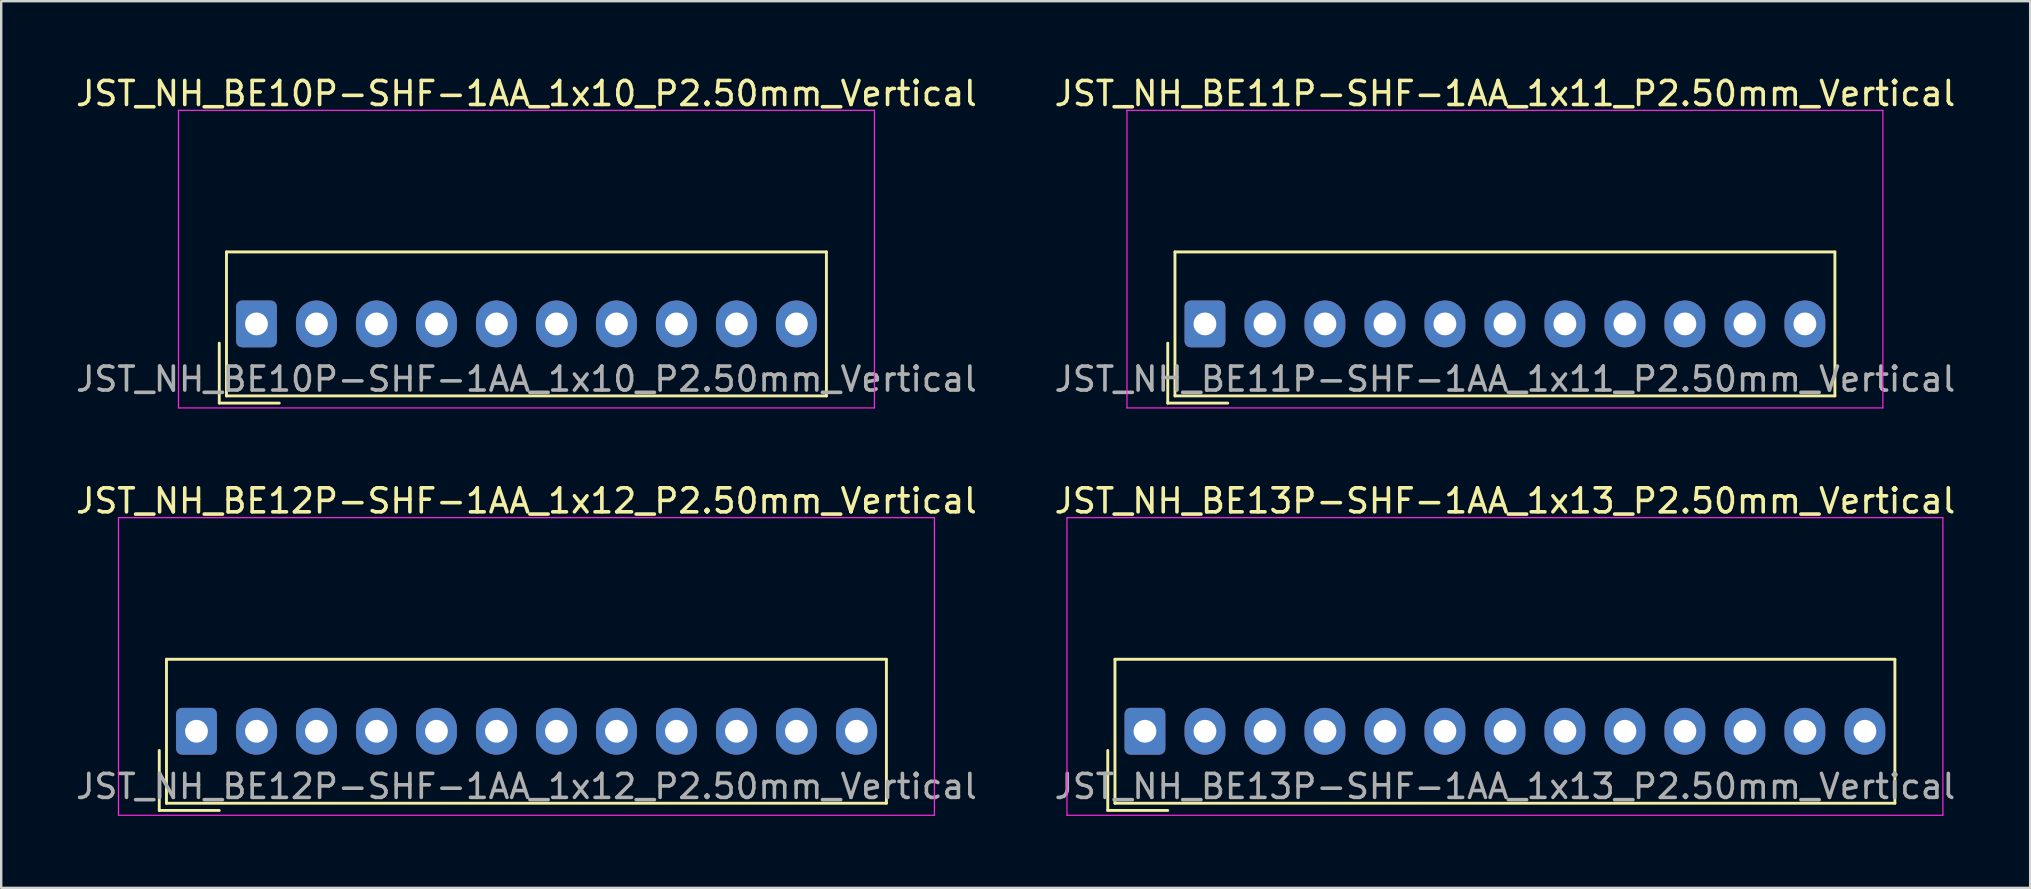
<source format=kicad_pcb>
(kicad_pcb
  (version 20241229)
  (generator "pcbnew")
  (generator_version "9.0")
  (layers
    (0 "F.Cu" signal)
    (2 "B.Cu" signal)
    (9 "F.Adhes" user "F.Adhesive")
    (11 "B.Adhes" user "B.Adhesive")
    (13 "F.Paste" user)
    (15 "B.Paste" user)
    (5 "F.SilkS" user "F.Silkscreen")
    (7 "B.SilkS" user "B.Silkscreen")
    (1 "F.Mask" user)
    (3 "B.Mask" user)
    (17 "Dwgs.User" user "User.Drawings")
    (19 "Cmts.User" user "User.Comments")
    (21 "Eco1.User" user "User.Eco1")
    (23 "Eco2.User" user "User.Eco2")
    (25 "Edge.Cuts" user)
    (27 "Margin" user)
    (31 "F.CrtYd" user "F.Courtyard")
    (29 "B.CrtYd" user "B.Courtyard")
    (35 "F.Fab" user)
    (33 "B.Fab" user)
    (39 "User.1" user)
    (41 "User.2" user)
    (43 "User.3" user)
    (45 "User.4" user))
  (footprint "JST_NH_BE10P-SHF-1AA_1x10_P2.50mm_Vertical"
    (layer "F.Cu")
    (at 7.637 10.448)
    (property "Reference" "JST_NH_BE10P-SHF-1AA_1x10_P2.50mm_Vertical" (at 11.25 -9.6 0) (layer "F.SilkS") (effects (font (size 1 1) (thickness 0.15))))
    (attr through_hole)
    (fp_line (start -1.55 0.8) (end -1.55 3.3) (stroke (width 0.12) (type solid)) (layer "F.SilkS"))
    (fp_line (start -1.55 3.3) (end 0.95 3.3) (stroke (width 0.12) (type solid)) (layer "F.SilkS"))
    (fp_line (start -1.25 -3) (end -1.25 3) (stroke (width 0.12) (type solid)) (layer "F.SilkS"))
    (fp_line (start -1.25 3) (end 23.75 3) (stroke (width 0.12) (type solid)) (layer "F.SilkS"))
    (fp_line (start 23.75 -3) (end -1.25 -3) (stroke (width 0.12) (type solid)) (layer "F.SilkS"))
    (fp_line (start 23.75 3) (end 23.75 -3) (stroke (width 0.12) (type solid)) (layer "F.SilkS"))
    (fp_line (start -3.25 -8.9) (end -3.25 3.5) (stroke (width 0.05) (type solid)) (layer "F.CrtYd"))
    (fp_line (start -3.25 3.5) (end 25.75 3.5) (stroke (width 0.05) (type solid)) (layer "F.CrtYd"))
    (fp_line (start 25.75 -8.9) (end -3.25 -8.9) (stroke (width 0.05) (type solid)) (layer "F.CrtYd"))
    (fp_line (start 25.75 3.5) (end 25.75 -8.9) (stroke (width 0.05) (type solid)) (layer "F.CrtYd"))
    (fp_text user "${REFERENCE}" (at 11.25 2.3 0) (layer "F.Fab") (effects (font (size 1 1) (thickness 0.15))))
    (pad "1" thru_hole roundrect (at 0 0) (size 1.7 1.95) (drill 0.95) (layers "*.Cu" "*.Mask") (roundrect_rratio 0.147))
    (pad "2" thru_hole oval (at 2.5 0) (size 1.7 1.95) (drill 0.95) (layers "*.Cu" "*.Mask"))
    (pad "3" thru_hole oval (at 5 0) (size 1.7 1.95) (drill 0.95) (layers "*.Cu" "*.Mask"))
    (pad "4" thru_hole oval (at 7.5 0) (size 1.7 1.95) (drill 0.95) (layers "*.Cu" "*.Mask"))
    (pad "5" thru_hole oval (at 10 0) (size 1.7 1.95) (drill 0.95) (layers "*.Cu" "*.Mask"))
    (pad "6" thru_hole oval (at 12.5 0) (size 1.7 1.95) (drill 0.95) (layers "*.Cu" "*.Mask"))
    (pad "7" thru_hole oval (at 15 0) (size 1.7 1.95) (drill 0.95) (layers "*.Cu" "*.Mask"))
    (pad "8" thru_hole oval (at 17.5 0) (size 1.7 1.95) (drill 0.95) (layers "*.Cu" "*.Mask"))
    (pad "9" thru_hole oval (at 20 0) (size 1.7 1.95) (drill 0.95) (layers "*.Cu" "*.Mask"))
    (pad "10" thru_hole oval (at 22.5 0) (size 1.7 1.95) (drill 0.95) (layers "*.Cu" "*.Mask")))
  (footprint "JST_NH_BE13P-SHF-1AA_1x13_P2.50mm_Vertical"
    (layer "F.Cu")
    (at 44.661 27.422)
    (property "Reference" "JST_NH_BE13P-SHF-1AA_1x13_P2.50mm_Vertical" (at 15 -9.6 0) (layer "F.SilkS") (effects (font (size 1 1) (thickness 0.15))))
    (attr through_hole)
    (fp_line (start -1.55 0.8) (end -1.55 3.3) (stroke (width 0.12) (type solid)) (layer "F.SilkS"))
    (fp_line (start -1.55 3.3) (end 0.95 3.3) (stroke (width 0.12) (type solid)) (layer "F.SilkS"))
    (fp_line (start -1.25 -3) (end -1.25 3) (stroke (width 0.12) (type solid)) (layer "F.SilkS"))
    (fp_line (start -1.25 3) (end 31.25 3) (stroke (width 0.12) (type solid)) (layer "F.SilkS"))
    (fp_line (start 31.25 -3) (end -1.25 -3) (stroke (width 0.12) (type solid)) (layer "F.SilkS"))
    (fp_line (start 31.25 3) (end 31.25 -3) (stroke (width 0.12) (type solid)) (layer "F.SilkS"))
    (fp_line (start -3.25 -8.9) (end -3.25 3.5) (stroke (width 0.05) (type solid)) (layer "F.CrtYd"))
    (fp_line (start -3.25 3.5) (end 33.25 3.5) (stroke (width 0.05) (type solid)) (layer "F.CrtYd"))
    (fp_line (start 33.25 -8.9) (end -3.25 -8.9) (stroke (width 0.05) (type solid)) (layer "F.CrtYd"))
    (fp_line (start 33.25 3.5) (end 33.25 -8.9) (stroke (width 0.05) (type solid)) (layer "F.CrtYd"))
    (fp_text user "${REFERENCE}" (at 15 2.3 0) (layer "F.Fab") (effects (font (size 1 1) (thickness 0.15))))
    (pad "1" thru_hole roundrect (at 0 0) (size 1.7 1.95) (drill 0.95) (layers "*.Cu" "*.Mask") (roundrect_rratio 0.147))
    (pad "2" thru_hole oval (at 2.5 0) (size 1.7 1.95) (drill 0.95) (layers "*.Cu" "*.Mask"))
    (pad "3" thru_hole oval (at 5 0) (size 1.7 1.95) (drill 0.95) (layers "*.Cu" "*.Mask"))
    (pad "4" thru_hole oval (at 7.5 0) (size 1.7 1.95) (drill 0.95) (layers "*.Cu" "*.Mask"))
    (pad "5" thru_hole oval (at 10 0) (size 1.7 1.95) (drill 0.95) (layers "*.Cu" "*.Mask"))
    (pad "6" thru_hole oval (at 12.5 0) (size 1.7 1.95) (drill 0.95) (layers "*.Cu" "*.Mask"))
    (pad "7" thru_hole oval (at 15 0) (size 1.7 1.95) (drill 0.95) (layers "*.Cu" "*.Mask"))
    (pad "8" thru_hole oval (at 17.5 0) (size 1.7 1.95) (drill 0.95) (layers "*.Cu" "*.Mask"))
    (pad "9" thru_hole oval (at 20 0) (size 1.7 1.95) (drill 0.95) (layers "*.Cu" "*.Mask"))
    (pad "10" thru_hole oval (at 22.5 0) (size 1.7 1.95) (drill 0.95) (layers "*.Cu" "*.Mask"))
    (pad "11" thru_hole oval (at 25 0) (size 1.7 1.95) (drill 0.95) (layers "*.Cu" "*.Mask"))
    (pad "12" thru_hole oval (at 27.5 0) (size 1.7 1.95) (drill 0.95) (layers "*.Cu" "*.Mask"))
    (pad "13" thru_hole oval (at 30 0) (size 1.7 1.95) (drill 0.95) (layers "*.Cu" "*.Mask")))
  (footprint "JST_NH_BE12P-SHF-1AA_1x12_P2.50mm_Vertical"
    (layer "F.Cu")
    (at 5.137 27.422)
    (property "Reference" "JST_NH_BE12P-SHF-1AA_1x12_P2.50mm_Vertical" (at 13.75 -9.6 0) (layer "F.SilkS") (effects (font (size 1 1) (thickness 0.15))))
    (attr through_hole)
    (fp_line (start -1.55 0.8) (end -1.55 3.3) (stroke (width 0.12) (type solid)) (layer "F.SilkS"))
    (fp_line (start -1.55 3.3) (end 0.95 3.3) (stroke (width 0.12) (type solid)) (layer "F.SilkS"))
    (fp_line (start -1.25 -3) (end -1.25 3) (stroke (width 0.12) (type solid)) (layer "F.SilkS"))
    (fp_line (start -1.25 3) (end 28.75 3) (stroke (width 0.12) (type solid)) (layer "F.SilkS"))
    (fp_line (start 28.75 -3) (end -1.25 -3) (stroke (width 0.12) (type solid)) (layer "F.SilkS"))
    (fp_line (start 28.75 3) (end 28.75 -3) (stroke (width 0.12) (type solid)) (layer "F.SilkS"))
    (fp_line (start -3.25 -8.9) (end -3.25 3.5) (stroke (width 0.05) (type solid)) (layer "F.CrtYd"))
    (fp_line (start -3.25 3.5) (end 30.75 3.5) (stroke (width 0.05) (type solid)) (layer "F.CrtYd"))
    (fp_line (start 30.75 -8.9) (end -3.25 -8.9) (stroke (width 0.05) (type solid)) (layer "F.CrtYd"))
    (fp_line (start 30.75 3.5) (end 30.75 -8.9) (stroke (width 0.05) (type solid)) (layer "F.CrtYd"))
    (fp_text user "${REFERENCE}" (at 13.75 2.3 0) (layer "F.Fab") (effects (font (size 1 1) (thickness 0.15))))
    (pad "1" thru_hole roundrect (at 0 0) (size 1.7 1.95) (drill 0.95) (layers "*.Cu" "*.Mask") (roundrect_rratio 0.147))
    (pad "2" thru_hole oval (at 2.5 0) (size 1.7 1.95) (drill 0.95) (layers "*.Cu" "*.Mask"))
    (pad "3" thru_hole oval (at 5 0) (size 1.7 1.95) (drill 0.95) (layers "*.Cu" "*.Mask"))
    (pad "4" thru_hole oval (at 7.5 0) (size 1.7 1.95) (drill 0.95) (layers "*.Cu" "*.Mask"))
    (pad "5" thru_hole oval (at 10 0) (size 1.7 1.95) (drill 0.95) (layers "*.Cu" "*.Mask"))
    (pad "6" thru_hole oval (at 12.5 0) (size 1.7 1.95) (drill 0.95) (layers "*.Cu" "*.Mask"))
    (pad "7" thru_hole oval (at 15 0) (size 1.7 1.95) (drill 0.95) (layers "*.Cu" "*.Mask"))
    (pad "8" thru_hole oval (at 17.5 0) (size 1.7 1.95) (drill 0.95) (layers "*.Cu" "*.Mask"))
    (pad "9" thru_hole oval (at 20 0) (size 1.7 1.95) (drill 0.95) (layers "*.Cu" "*.Mask"))
    (pad "10" thru_hole oval (at 22.5 0) (size 1.7 1.95) (drill 0.95) (layers "*.Cu" "*.Mask"))
    (pad "11" thru_hole oval (at 25 0) (size 1.7 1.95) (drill 0.95) (layers "*.Cu" "*.Mask"))
    (pad "12" thru_hole oval (at 27.5 0) (size 1.7 1.95) (drill 0.95) (layers "*.Cu" "*.Mask")))
  (footprint "JST_NH_BE11P-SHF-1AA_1x11_P2.50mm_Vertical"
    (layer "F.Cu")
    (at 47.161 10.448)
    (property "Reference" "JST_NH_BE11P-SHF-1AA_1x11_P2.50mm_Vertical" (at 12.5 -9.6 0) (layer "F.SilkS") (effects (font (size 1 1) (thickness 0.15))))
    (attr through_hole)
    (fp_line (start -1.55 0.8) (end -1.55 3.3) (stroke (width 0.12) (type solid)) (layer "F.SilkS"))
    (fp_line (start -1.55 3.3) (end 0.95 3.3) (stroke (width 0.12) (type solid)) (layer "F.SilkS"))
    (fp_line (start -1.25 -3) (end -1.25 3) (stroke (width 0.12) (type solid)) (layer "F.SilkS"))
    (fp_line (start -1.25 3) (end 26.25 3) (stroke (width 0.12) (type solid)) (layer "F.SilkS"))
    (fp_line (start 26.25 -3) (end -1.25 -3) (stroke (width 0.12) (type solid)) (layer "F.SilkS"))
    (fp_line (start 26.25 3) (end 26.25 -3) (stroke (width 0.12) (type solid)) (layer "F.SilkS"))
    (fp_line (start -3.25 -8.9) (end -3.25 3.5) (stroke (width 0.05) (type solid)) (layer "F.CrtYd"))
    (fp_line (start -3.25 3.5) (end 28.25 3.5) (stroke (width 0.05) (type solid)) (layer "F.CrtYd"))
    (fp_line (start 28.25 -8.9) (end -3.25 -8.9) (stroke (width 0.05) (type solid)) (layer "F.CrtYd"))
    (fp_line (start 28.25 3.5) (end 28.25 -8.9) (stroke (width 0.05) (type solid)) (layer "F.CrtYd"))
    (fp_text user "${REFERENCE}" (at 12.5 2.3 0) (layer "F.Fab") (effects (font (size 1 1) (thickness 0.15))))
    (pad "1" thru_hole roundrect (at 0 0) (size 1.7 1.95) (drill 0.95) (layers "*.Cu" "*.Mask") (roundrect_rratio 0.147))
    (pad "2" thru_hole oval (at 2.5 0) (size 1.7 1.95) (drill 0.95) (layers "*.Cu" "*.Mask"))
    (pad "3" thru_hole oval (at 5 0) (size 1.7 1.95) (drill 0.95) (layers "*.Cu" "*.Mask"))
    (pad "4" thru_hole oval (at 7.5 0) (size 1.7 1.95) (drill 0.95) (layers "*.Cu" "*.Mask"))
    (pad "5" thru_hole oval (at 10 0) (size 1.7 1.95) (drill 0.95) (layers "*.Cu" "*.Mask"))
    (pad "6" thru_hole oval (at 12.5 0) (size 1.7 1.95) (drill 0.95) (layers "*.Cu" "*.Mask"))
    (pad "7" thru_hole oval (at 15 0) (size 1.7 1.95) (drill 0.95) (layers "*.Cu" "*.Mask"))
    (pad "8" thru_hole oval (at 17.5 0) (size 1.7 1.95) (drill 0.95) (layers "*.Cu" "*.Mask"))
    (pad "9" thru_hole oval (at 20 0) (size 1.7 1.95) (drill 0.95) (layers "*.Cu" "*.Mask"))
    (pad "10" thru_hole oval (at 22.5 0) (size 1.7 1.95) (drill 0.95) (layers "*.Cu" "*.Mask"))
    (pad "11" thru_hole oval (at 25 0) (size 1.7 1.95) (drill 0.95) (layers "*.Cu" "*.Mask")))
  (gr_rect
    (start -3 -3)
    (end 81.548 33.947)
    (stroke (width 0.1) (type default))
    (fill no)
    (layer "Edge.Cuts")))
</source>
